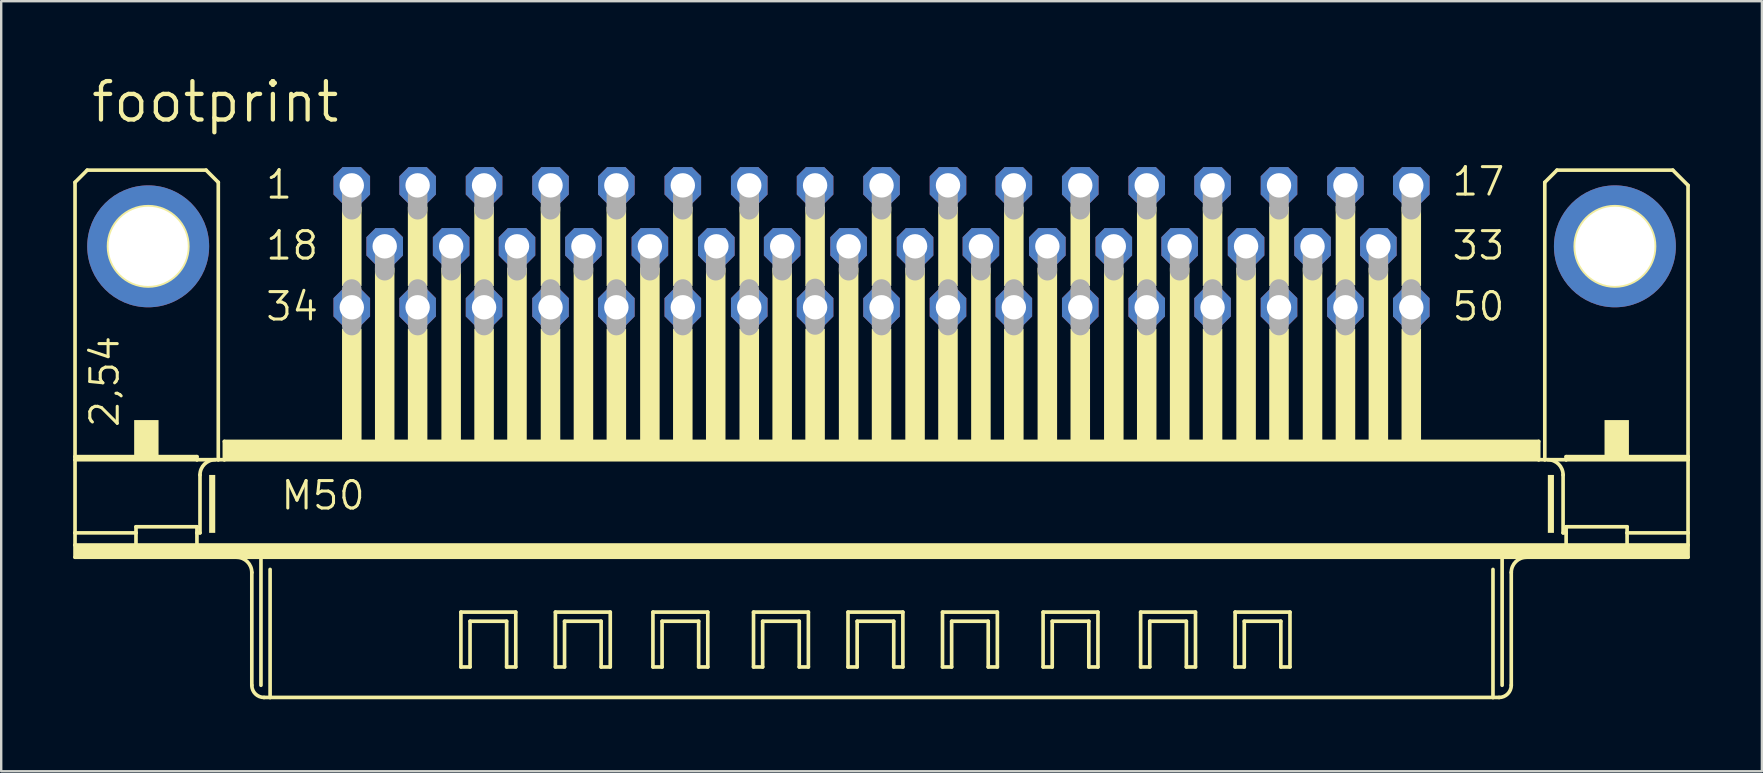
<source format=kicad_pcb>
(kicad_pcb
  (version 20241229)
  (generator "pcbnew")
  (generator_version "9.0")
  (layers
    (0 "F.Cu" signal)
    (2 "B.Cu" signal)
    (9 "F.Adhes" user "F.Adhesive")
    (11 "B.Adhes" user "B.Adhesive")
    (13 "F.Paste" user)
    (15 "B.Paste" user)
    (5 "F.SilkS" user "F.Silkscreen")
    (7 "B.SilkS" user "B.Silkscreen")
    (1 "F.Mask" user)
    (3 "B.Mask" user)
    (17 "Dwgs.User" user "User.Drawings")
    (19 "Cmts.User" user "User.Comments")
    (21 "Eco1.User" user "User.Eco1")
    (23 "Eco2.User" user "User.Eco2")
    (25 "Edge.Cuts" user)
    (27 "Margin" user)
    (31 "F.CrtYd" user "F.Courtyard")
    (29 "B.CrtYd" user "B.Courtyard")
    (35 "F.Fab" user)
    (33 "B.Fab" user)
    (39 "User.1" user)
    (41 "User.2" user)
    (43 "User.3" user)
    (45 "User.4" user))
  (footprint "footprint"
    (layer "F.Cu")
    (at 33.68 7.214)
    (property "Reference" "footprint" (at -33.02 -5.08 0) (layer "F.SilkS") (effects (font (size 1.6 1.6) (thickness 0.178)) (justify left bottom)))
    (fp_line (start -33.604 -2.667) (end -33.604 8.763) (stroke (width 0.152) (type solid)) (layer "F.SilkS"))
    (fp_line (start -33.604 8.89) (end -33.604 8.763) (stroke (width 0.152) (type solid)) (layer "F.SilkS"))
    (fp_line (start -33.604 11.938) (end -33.604 8.89) (stroke (width 0.152) (type solid)) (layer "F.SilkS"))
    (fp_line (start -33.604 12.446) (end -33.604 11.938) (stroke (width 0.152) (type solid)) (layer "F.SilkS"))
    (fp_line (start -33.604 12.954) (end -33.604 12.446) (stroke (width 0.152) (type solid)) (layer "F.SilkS"))
    (fp_line (start -33.096 -3.175) (end -33.604 -2.667) (stroke (width 0.152) (type solid)) (layer "F.SilkS"))
    (fp_line (start -31.064 11.938) (end -33.604 11.938) (stroke (width 0.152) (type solid)) (layer "F.SilkS"))
    (fp_line (start -31.064 11.938) (end -31.064 11.684) (stroke (width 0.152) (type solid)) (layer "F.SilkS"))
    (fp_line (start -31.064 11.938) (end -31.064 12.446) (stroke (width 0.152) (type solid)) (layer "F.SilkS"))
    (fp_line (start -31.064 12.446) (end -33.604 12.446) (stroke (width 0.152) (type solid)) (layer "F.SilkS"))
    (fp_line (start -28.524 8.763) (end -33.604 8.763) (stroke (width 0.152) (type solid)) (layer "F.SilkS"))
    (fp_line (start -28.524 8.763) (end -28.524 8.89) (stroke (width 0.152) (type solid)) (layer "F.SilkS"))
    (fp_line (start -28.524 8.89) (end -33.604 8.89) (stroke (width 0.152) (type solid)) (layer "F.SilkS"))
    (fp_line (start -28.524 11.684) (end -31.064 11.684) (stroke (width 0.152) (type solid)) (layer "F.SilkS"))
    (fp_line (start -28.524 11.684) (end -28.524 11.938) (stroke (width 0.152) (type solid)) (layer "F.SilkS"))
    (fp_line (start -28.524 11.938) (end -28.524 12.446) (stroke (width 0.152) (type solid)) (layer "F.SilkS"))
    (fp_line (start -28.524 12.446) (end -31.064 12.446) (stroke (width 0.152) (type solid)) (layer "F.SilkS"))
    (fp_line (start -28.397 9.525) (end -28.397 11.938) (stroke (width 0.152) (type solid)) (layer "F.SilkS"))
    (fp_line (start -28.397 11.938) (end -28.524 11.938) (stroke (width 0.152) (type solid)) (layer "F.SilkS"))
    (fp_line (start -28.143 -3.175) (end -33.096 -3.175) (stroke (width 0.152) (type solid)) (layer "F.SilkS"))
    (fp_line (start -27.635 -2.667) (end -28.143 -3.175) (stroke (width 0.152) (type solid)) (layer "F.SilkS"))
    (fp_line (start -27.635 -2.667) (end -27.635 8.89) (stroke (width 0.152) (type solid)) (layer "F.SilkS"))
    (fp_line (start -27.635 8.89) (end -28.524 8.89) (stroke (width 0.152) (type solid)) (layer "F.SilkS"))
    (fp_line (start -27.381 8.89) (end -27.635 8.89) (stroke (width 0.152) (type solid)) (layer "F.SilkS"))
    (fp_line (start -27.381 8.89) (end -27.381 8.128) (stroke (width 0.152) (type solid)) (layer "F.SilkS"))
    (fp_line (start -26.238 13.589) (end -26.238 18.288) (stroke (width 0.152) (type solid)) (layer "F.SilkS"))
    (fp_line (start -25.857 12.954) (end -33.604 12.954) (stroke (width 0.152) (type solid)) (layer "F.SilkS"))
    (fp_line (start -25.857 12.954) (end -25.857 18.288) (stroke (width 0.152) (type solid)) (layer "F.SilkS"))
    (fp_line (start -25.476 13.462) (end -25.476 18.796) (stroke (width 0.152) (type solid)) (layer "F.SilkS"))
    (fp_line (start -25.476 18.796) (end -25.73 18.796) (stroke (width 0.152) (type solid)) (layer "F.SilkS"))
    (fp_line (start -17.526 15.24) (end -15.24 15.24) (stroke (width 0.152) (type solid)) (layer "F.SilkS"))
    (fp_line (start -17.526 17.526) (end -17.526 15.24) (stroke (width 0.152) (type solid)) (layer "F.SilkS"))
    (fp_line (start -17.145 15.621) (end -17.145 17.526) (stroke (width 0.152) (type solid)) (layer "F.SilkS"))
    (fp_line (start -17.145 17.526) (end -17.526 17.526) (stroke (width 0.152) (type solid)) (layer "F.SilkS"))
    (fp_line (start -15.621 15.621) (end -17.145 15.621) (stroke (width 0.152) (type solid)) (layer "F.SilkS"))
    (fp_line (start -15.621 17.526) (end -15.621 15.621) (stroke (width 0.152) (type solid)) (layer "F.SilkS"))
    (fp_line (start -15.24 15.24) (end -15.24 17.526) (stroke (width 0.152) (type solid)) (layer "F.SilkS"))
    (fp_line (start -15.24 17.526) (end -15.621 17.526) (stroke (width 0.152) (type solid)) (layer "F.SilkS"))
    (fp_line (start -13.589 15.24) (end -11.303 15.24) (stroke (width 0.152) (type solid)) (layer "F.SilkS"))
    (fp_line (start -13.589 17.526) (end -13.589 15.24) (stroke (width 0.152) (type solid)) (layer "F.SilkS"))
    (fp_line (start -13.208 15.621) (end -13.208 17.526) (stroke (width 0.152) (type solid)) (layer "F.SilkS"))
    (fp_line (start -13.208 17.526) (end -13.589 17.526) (stroke (width 0.152) (type solid)) (layer "F.SilkS"))
    (fp_line (start -11.684 15.621) (end -13.208 15.621) (stroke (width 0.152) (type solid)) (layer "F.SilkS"))
    (fp_line (start -11.684 17.526) (end -11.684 15.621) (stroke (width 0.152) (type solid)) (layer "F.SilkS"))
    (fp_line (start -11.303 15.24) (end -11.303 17.526) (stroke (width 0.152) (type solid)) (layer "F.SilkS"))
    (fp_line (start -11.303 17.526) (end -11.684 17.526) (stroke (width 0.152) (type solid)) (layer "F.SilkS"))
    (fp_line (start -9.525 15.24) (end -7.239 15.24) (stroke (width 0.152) (type solid)) (layer "F.SilkS"))
    (fp_line (start -9.525 17.526) (end -9.525 15.24) (stroke (width 0.152) (type solid)) (layer "F.SilkS"))
    (fp_line (start -9.144 15.621) (end -9.144 17.526) (stroke (width 0.152) (type solid)) (layer "F.SilkS"))
    (fp_line (start -9.144 17.526) (end -9.525 17.526) (stroke (width 0.152) (type solid)) (layer "F.SilkS"))
    (fp_line (start -7.62 15.621) (end -9.144 15.621) (stroke (width 0.152) (type solid)) (layer "F.SilkS"))
    (fp_line (start -7.62 17.526) (end -7.62 15.621) (stroke (width 0.152) (type solid)) (layer "F.SilkS"))
    (fp_line (start -7.239 15.24) (end -7.239 17.526) (stroke (width 0.152) (type solid)) (layer "F.SilkS"))
    (fp_line (start -7.239 17.526) (end -7.62 17.526) (stroke (width 0.152) (type solid)) (layer "F.SilkS"))
    (fp_line (start -5.334 15.24) (end -3.048 15.24) (stroke (width 0.152) (type solid)) (layer "F.SilkS"))
    (fp_line (start -5.334 17.526) (end -5.334 15.24) (stroke (width 0.152) (type solid)) (layer "F.SilkS"))
    (fp_line (start -4.953 15.621) (end -4.953 17.526) (stroke (width 0.152) (type solid)) (layer "F.SilkS"))
    (fp_line (start -4.953 17.526) (end -5.334 17.526) (stroke (width 0.152) (type solid)) (layer "F.SilkS"))
    (fp_line (start -3.429 15.621) (end -4.953 15.621) (stroke (width 0.152) (type solid)) (layer "F.SilkS"))
    (fp_line (start -3.429 17.526) (end -3.429 15.621) (stroke (width 0.152) (type solid)) (layer "F.SilkS"))
    (fp_line (start -3.048 15.24) (end -3.048 17.526) (stroke (width 0.152) (type solid)) (layer "F.SilkS"))
    (fp_line (start -3.048 17.526) (end -3.429 17.526) (stroke (width 0.152) (type solid)) (layer "F.SilkS"))
    (fp_line (start -1.397 15.24) (end 0.889 15.24) (stroke (width 0.152) (type solid)) (layer "F.SilkS"))
    (fp_line (start -1.397 17.526) (end -1.397 15.24) (stroke (width 0.152) (type solid)) (layer "F.SilkS"))
    (fp_line (start -1.016 15.621) (end -1.016 17.526) (stroke (width 0.152) (type solid)) (layer "F.SilkS"))
    (fp_line (start -1.016 17.526) (end -1.397 17.526) (stroke (width 0.152) (type solid)) (layer "F.SilkS"))
    (fp_line (start 0.508 15.621) (end -1.016 15.621) (stroke (width 0.152) (type solid)) (layer "F.SilkS"))
    (fp_line (start 0.508 17.526) (end 0.508 15.621) (stroke (width 0.152) (type solid)) (layer "F.SilkS"))
    (fp_line (start 0.889 15.24) (end 0.889 17.526) (stroke (width 0.152) (type solid)) (layer "F.SilkS"))
    (fp_line (start 0.889 17.526) (end 0.508 17.526) (stroke (width 0.152) (type solid)) (layer "F.SilkS"))
    (fp_line (start 2.54 15.24) (end 4.826 15.24) (stroke (width 0.152) (type solid)) (layer "F.SilkS"))
    (fp_line (start 2.54 17.526) (end 2.54 15.24) (stroke (width 0.152) (type solid)) (layer "F.SilkS"))
    (fp_line (start 2.921 15.621) (end 2.921 17.526) (stroke (width 0.152) (type solid)) (layer "F.SilkS"))
    (fp_line (start 2.921 17.526) (end 2.54 17.526) (stroke (width 0.152) (type solid)) (layer "F.SilkS"))
    (fp_line (start 4.445 15.621) (end 2.921 15.621) (stroke (width 0.152) (type solid)) (layer "F.SilkS"))
    (fp_line (start 4.445 17.526) (end 4.445 15.621) (stroke (width 0.152) (type solid)) (layer "F.SilkS"))
    (fp_line (start 4.826 15.24) (end 4.826 17.526) (stroke (width 0.152) (type solid)) (layer "F.SilkS"))
    (fp_line (start 4.826 17.526) (end 4.445 17.526) (stroke (width 0.152) (type solid)) (layer "F.SilkS"))
    (fp_line (start 6.731 15.24) (end 9.017 15.24) (stroke (width 0.152) (type solid)) (layer "F.SilkS"))
    (fp_line (start 6.731 17.526) (end 6.731 15.24) (stroke (width 0.152) (type solid)) (layer "F.SilkS"))
    (fp_line (start 7.112 15.621) (end 7.112 17.526) (stroke (width 0.152) (type solid)) (layer "F.SilkS"))
    (fp_line (start 7.112 17.526) (end 6.731 17.526) (stroke (width 0.152) (type solid)) (layer "F.SilkS"))
    (fp_line (start 8.636 15.621) (end 7.112 15.621) (stroke (width 0.152) (type solid)) (layer "F.SilkS"))
    (fp_line (start 8.636 17.526) (end 8.636 15.621) (stroke (width 0.152) (type solid)) (layer "F.SilkS"))
    (fp_line (start 9.017 15.24) (end 9.017 17.526) (stroke (width 0.152) (type solid)) (layer "F.SilkS"))
    (fp_line (start 9.017 17.526) (end 8.636 17.526) (stroke (width 0.152) (type solid)) (layer "F.SilkS"))
    (fp_line (start 10.795 15.24) (end 13.081 15.24) (stroke (width 0.152) (type solid)) (layer "F.SilkS"))
    (fp_line (start 10.795 17.526) (end 10.795 15.24) (stroke (width 0.152) (type solid)) (layer "F.SilkS"))
    (fp_line (start 11.176 15.621) (end 11.176 17.526) (stroke (width 0.152) (type solid)) (layer "F.SilkS"))
    (fp_line (start 11.176 17.526) (end 10.795 17.526) (stroke (width 0.152) (type solid)) (layer "F.SilkS"))
    (fp_line (start 12.7 15.621) (end 11.176 15.621) (stroke (width 0.152) (type solid)) (layer "F.SilkS"))
    (fp_line (start 12.7 17.526) (end 12.7 15.621) (stroke (width 0.152) (type solid)) (layer "F.SilkS"))
    (fp_line (start 13.081 15.24) (end 13.081 17.526) (stroke (width 0.152) (type solid)) (layer "F.SilkS"))
    (fp_line (start 13.081 17.526) (end 12.7 17.526) (stroke (width 0.152) (type solid)) (layer "F.SilkS"))
    (fp_line (start 14.732 15.24) (end 17.018 15.24) (stroke (width 0.152) (type solid)) (layer "F.SilkS"))
    (fp_line (start 14.732 17.526) (end 14.732 15.24) (stroke (width 0.152) (type solid)) (layer "F.SilkS"))
    (fp_line (start 15.113 15.621) (end 15.113 17.526) (stroke (width 0.152) (type solid)) (layer "F.SilkS"))
    (fp_line (start 15.113 17.526) (end 14.732 17.526) (stroke (width 0.152) (type solid)) (layer "F.SilkS"))
    (fp_line (start 16.637 15.621) (end 15.113 15.621) (stroke (width 0.152) (type solid)) (layer "F.SilkS"))
    (fp_line (start 16.637 17.526) (end 16.637 15.621) (stroke (width 0.152) (type solid)) (layer "F.SilkS"))
    (fp_line (start 17.018 15.24) (end 17.018 17.526) (stroke (width 0.152) (type solid)) (layer "F.SilkS"))
    (fp_line (start 17.018 17.526) (end 16.637 17.526) (stroke (width 0.152) (type solid)) (layer "F.SilkS"))
    (fp_line (start 25.476 13.462) (end 25.476 18.796) (stroke (width 0.152) (type solid)) (layer "F.SilkS"))
    (fp_line (start 25.476 18.796) (end -25.476 18.796) (stroke (width 0.152) (type solid)) (layer "F.SilkS"))
    (fp_line (start 25.73 18.796) (end 25.476 18.796) (stroke (width 0.152) (type solid)) (layer "F.SilkS"))
    (fp_line (start 25.857 12.954) (end -25.857 12.954) (stroke (width 0.152) (type solid)) (layer "F.SilkS"))
    (fp_line (start 25.857 12.954) (end 25.857 18.288) (stroke (width 0.152) (type solid)) (layer "F.SilkS"))
    (fp_line (start 26.238 13.589) (end 26.238 18.288) (stroke (width 0.152) (type solid)) (layer "F.SilkS"))
    (fp_line (start 27.381 8.128) (end -27.381 8.128) (stroke (width 0.152) (type solid)) (layer "F.SilkS"))
    (fp_line (start 27.381 8.89) (end -27.381 8.89) (stroke (width 0.152) (type solid)) (layer "F.SilkS"))
    (fp_line (start 27.381 8.89) (end 27.381 8.128) (stroke (width 0.152) (type solid)) (layer "F.SilkS"))
    (fp_line (start 27.635 -2.667) (end 27.635 8.89) (stroke (width 0.152) (type solid)) (layer "F.SilkS"))
    (fp_line (start 27.635 8.89) (end 27.381 8.89) (stroke (width 0.152) (type solid)) (layer "F.SilkS"))
    (fp_line (start 28.143 -3.175) (end 27.635 -2.667) (stroke (width 0.152) (type solid)) (layer "F.SilkS"))
    (fp_line (start 28.143 -3.175) (end 32.969 -3.175) (stroke (width 0.152) (type solid)) (layer "F.SilkS"))
    (fp_line (start 28.397 9.525) (end 28.397 11.938) (stroke (width 0.152) (type solid)) (layer "F.SilkS"))
    (fp_line (start 28.524 8.763) (end 28.524 8.89) (stroke (width 0.152) (type solid)) (layer "F.SilkS"))
    (fp_line (start 28.524 8.89) (end 27.635 8.89) (stroke (width 0.152) (type solid)) (layer "F.SilkS"))
    (fp_line (start 28.524 11.684) (end 28.524 11.938) (stroke (width 0.152) (type solid)) (layer "F.SilkS"))
    (fp_line (start 28.524 11.938) (end 28.397 11.938) (stroke (width 0.152) (type solid)) (layer "F.SilkS"))
    (fp_line (start 28.524 11.938) (end 28.524 12.446) (stroke (width 0.152) (type solid)) (layer "F.SilkS"))
    (fp_line (start 28.524 12.446) (end -28.524 12.446) (stroke (width 0.152) (type solid)) (layer "F.SilkS"))
    (fp_line (start 31.064 11.684) (end 28.524 11.684) (stroke (width 0.152) (type solid)) (layer "F.SilkS"))
    (fp_line (start 31.064 11.938) (end 31.064 11.684) (stroke (width 0.152) (type solid)) (layer "F.SilkS"))
    (fp_line (start 31.064 11.938) (end 31.064 12.446) (stroke (width 0.152) (type solid)) (layer "F.SilkS"))
    (fp_line (start 31.064 12.446) (end 28.524 12.446) (stroke (width 0.152) (type solid)) (layer "F.SilkS"))
    (fp_line (start 32.969 -3.175) (end 33.604 -2.54) (stroke (width 0.152) (type solid)) (layer "F.SilkS"))
    (fp_line (start 33.604 -2.54) (end 33.604 8.763) (stroke (width 0.152) (type solid)) (layer "F.SilkS"))
    (fp_line (start 33.604 8.763) (end 28.524 8.763) (stroke (width 0.152) (type solid)) (layer "F.SilkS"))
    (fp_line (start 33.604 8.89) (end 28.524 8.89) (stroke (width 0.152) (type solid)) (layer "F.SilkS"))
    (fp_line (start 33.604 8.89) (end 33.604 8.763) (stroke (width 0.152) (type solid)) (layer "F.SilkS"))
    (fp_line (start 33.604 8.89) (end 33.604 11.938) (stroke (width 0.152) (type solid)) (layer "F.SilkS"))
    (fp_line (start 33.604 11.938) (end 31.064 11.938) (stroke (width 0.152) (type solid)) (layer "F.SilkS"))
    (fp_line (start 33.604 11.938) (end 33.604 12.446) (stroke (width 0.152) (type solid)) (layer "F.SilkS"))
    (fp_line (start 33.604 12.446) (end 31.064 12.446) (stroke (width 0.152) (type solid)) (layer "F.SilkS"))
    (fp_line (start 33.604 12.446) (end 33.604 12.954) (stroke (width 0.152) (type solid)) (layer "F.SilkS"))
    (fp_line (start 33.604 12.954) (end 25.857 12.954) (stroke (width 0.152) (type solid)) (layer "F.SilkS"))
    (fp_arc (start -28.3972 9.525) (mid -28.211213 9.075987) (end -27.7622 8.89) (stroke (width 0.1524) (type solid)) (layer "F.SilkS"))
    (fp_arc (start -26.8732 12.954) (mid -26.424187 13.139987) (end -26.2382 13.589) (stroke (width 0.1524) (type solid)) (layer "F.SilkS"))
    (fp_arc (start -25.7302 18.796) (mid -26.08941 18.64721) (end -26.2382 18.288) (stroke (width 0.1524) (type solid)) (layer "F.SilkS"))
    (fp_arc (start 26.2382 13.589) (mid 26.424187 13.139987) (end 26.8732 12.954) (stroke (width 0.1524) (type solid)) (layer "F.SilkS"))
    (fp_arc (start 26.2382 18.288) (mid 26.08941 18.64721) (end 25.7302 18.796) (stroke (width 0.1524) (type solid)) (layer "F.SilkS"))
    (fp_arc (start 27.7622 8.89) (mid 28.211213 9.075987) (end 28.3972 9.525) (stroke (width 0.1524) (type solid)) (layer "F.SilkS"))
    (fp_circle (center -30.556 0) (end -28.905 0) (stroke (width 0.152) (type solid)) (fill no) (layer "F.SilkS"))
    (fp_circle (center 30.556 0) (end 32.207 0) (stroke (width 0.152) (type solid)) (fill no) (layer "F.SilkS"))
    (fp_poly (pts (xy -33.604 12.954) (xy 33.579 12.954) (xy 33.579 12.446) (xy -33.604 12.446)) (stroke (width 0) (type solid)) (fill yes) (layer "F.SilkS"))
    (fp_poly (pts (xy -31.14 8.89) (xy -30.124 8.89) (xy -30.124 7.239) (xy -31.14 7.239)) (stroke (width 0) (type solid)) (fill yes) (layer "F.SilkS"))
    (fp_poly (pts (xy -28.016 11.938) (xy -27.762 11.938) (xy -27.762 9.525) (xy -28.016 9.525)) (stroke (width 0) (type solid)) (fill yes) (layer "F.SilkS"))
    (fp_poly (pts (xy -27.381 8.89) (xy 27.356 8.89) (xy 27.356 8.128) (xy -27.381 8.128)) (stroke (width 0) (type solid)) (fill yes) (layer "F.SilkS"))
    (fp_poly (pts (xy -22.479 1.651) (xy -21.666 1.651) (xy -21.666 -1.651) (xy -22.479 -1.651)) (stroke (width 0) (type solid)) (fill yes) (layer "F.SilkS"))
    (fp_poly (pts (xy -22.479 8.128) (xy -21.666 8.128) (xy -21.666 3.429) (xy -22.479 3.429)) (stroke (width 0) (type solid)) (fill yes) (layer "F.SilkS"))
    (fp_poly (pts (xy -21.107 8.128) (xy -20.295 8.128) (xy -20.295 0.889) (xy -21.107 0.889)) (stroke (width 0) (type solid)) (fill yes) (layer "F.SilkS"))
    (fp_poly (pts (xy -19.736 1.651) (xy -18.923 1.651) (xy -18.923 -1.651) (xy -19.736 -1.651)) (stroke (width 0) (type solid)) (fill yes) (layer "F.SilkS"))
    (fp_poly (pts (xy -19.736 8.128) (xy -18.923 8.128) (xy -18.923 3.429) (xy -19.736 3.429)) (stroke (width 0) (type solid)) (fill yes) (layer "F.SilkS"))
    (fp_poly (pts (xy -18.339 8.128) (xy -17.526 8.128) (xy -17.526 0.889) (xy -18.339 0.889)) (stroke (width 0) (type solid)) (fill yes) (layer "F.SilkS"))
    (fp_poly (pts (xy -16.967 1.651) (xy -16.154 1.651) (xy -16.154 -1.651) (xy -16.967 -1.651)) (stroke (width 0) (type solid)) (fill yes) (layer "F.SilkS"))
    (fp_poly (pts (xy -16.967 8.128) (xy -16.154 8.128) (xy -16.154 3.429) (xy -16.967 3.429)) (stroke (width 0) (type solid)) (fill yes) (layer "F.SilkS"))
    (fp_poly (pts (xy -15.596 8.128) (xy -14.783 8.128) (xy -14.783 0.889) (xy -15.596 0.889)) (stroke (width 0) (type solid)) (fill yes) (layer "F.SilkS"))
    (fp_poly (pts (xy -14.199 1.651) (xy -13.386 1.651) (xy -13.386 -1.651) (xy -14.199 -1.651)) (stroke (width 0) (type solid)) (fill yes) (layer "F.SilkS"))
    (fp_poly (pts (xy -14.199 8.128) (xy -13.386 8.128) (xy -13.386 3.429) (xy -14.199 3.429)) (stroke (width 0) (type solid)) (fill yes) (layer "F.SilkS"))
    (fp_poly (pts (xy -12.827 8.128) (xy -12.014 8.128) (xy -12.014 0.889) (xy -12.827 0.889)) (stroke (width 0) (type solid)) (fill yes) (layer "F.SilkS"))
    (fp_poly (pts (xy -11.455 1.651) (xy -10.643 1.651) (xy -10.643 -1.651) (xy -11.455 -1.651)) (stroke (width 0) (type solid)) (fill yes) (layer "F.SilkS"))
    (fp_poly (pts (xy -11.455 8.128) (xy -10.643 8.128) (xy -10.643 3.429) (xy -11.455 3.429)) (stroke (width 0) (type solid)) (fill yes) (layer "F.SilkS"))
    (fp_poly (pts (xy -10.058 8.128) (xy -9.246 8.128) (xy -9.246 0.889) (xy -10.058 0.889)) (stroke (width 0) (type solid)) (fill yes) (layer "F.SilkS"))
    (fp_poly (pts (xy -8.687 1.651) (xy -7.874 1.651) (xy -7.874 -1.651) (xy -8.687 -1.651)) (stroke (width 0) (type solid)) (fill yes) (layer "F.SilkS"))
    (fp_poly (pts (xy -8.687 8.128) (xy -7.874 8.128) (xy -7.874 3.429) (xy -8.687 3.429)) (stroke (width 0) (type solid)) (fill yes) (layer "F.SilkS"))
    (fp_poly (pts (xy -7.315 8.128) (xy -6.502 8.128) (xy -6.502 0.889) (xy -7.315 0.889)) (stroke (width 0) (type solid)) (fill yes) (layer "F.SilkS"))
    (fp_poly (pts (xy -5.918 1.651) (xy -5.105 1.651) (xy -5.105 -1.651) (xy -5.918 -1.651)) (stroke (width 0) (type solid)) (fill yes) (layer "F.SilkS"))
    (fp_poly (pts (xy -5.918 8.128) (xy -5.105 8.128) (xy -5.105 3.429) (xy -5.918 3.429)) (stroke (width 0) (type solid)) (fill yes) (layer "F.SilkS"))
    (fp_poly (pts (xy -4.547 8.128) (xy -3.734 8.128) (xy -3.734 0.889) (xy -4.547 0.889)) (stroke (width 0) (type solid)) (fill yes) (layer "F.SilkS"))
    (fp_poly (pts (xy -3.175 1.651) (xy -2.362 1.651) (xy -2.362 -1.651) (xy -3.175 -1.651)) (stroke (width 0) (type solid)) (fill yes) (layer "F.SilkS"))
    (fp_poly (pts (xy -3.175 8.128) (xy -2.362 8.128) (xy -2.362 3.429) (xy -3.175 3.429)) (stroke (width 0) (type solid)) (fill yes) (layer "F.SilkS"))
    (fp_poly (pts (xy -1.778 8.128) (xy -0.965 8.128) (xy -0.965 0.889) (xy -1.778 0.889)) (stroke (width 0) (type solid)) (fill yes) (layer "F.SilkS"))
    (fp_poly (pts (xy -0.406 1.651) (xy 0.406 1.651) (xy 0.406 -1.651) (xy -0.406 -1.651)) (stroke (width 0) (type solid)) (fill yes) (layer "F.SilkS"))
    (fp_poly (pts (xy -0.406 8.128) (xy 0.406 8.128) (xy 0.406 3.429) (xy -0.406 3.429)) (stroke (width 0) (type solid)) (fill yes) (layer "F.SilkS"))
    (fp_poly (pts (xy 0.991 8.128) (xy 1.803 8.128) (xy 1.803 0.889) (xy 0.991 0.889)) (stroke (width 0) (type solid)) (fill yes) (layer "F.SilkS"))
    (fp_poly (pts (xy 2.362 1.651) (xy 3.175 1.651) (xy 3.175 -1.651) (xy 2.362 -1.651)) (stroke (width 0) (type solid)) (fill yes) (layer "F.SilkS"))
    (fp_poly (pts (xy 2.362 8.128) (xy 3.175 8.128) (xy 3.175 3.429) (xy 2.362 3.429)) (stroke (width 0) (type solid)) (fill yes) (layer "F.SilkS"))
    (fp_poly (pts (xy 3.734 8.128) (xy 4.547 8.128) (xy 4.547 0.889) (xy 3.734 0.889)) (stroke (width 0) (type solid)) (fill yes) (layer "F.SilkS"))
    (fp_poly (pts (xy 5.105 1.651) (xy 5.918 1.651) (xy 5.918 -1.651) (xy 5.105 -1.651)) (stroke (width 0) (type solid)) (fill yes) (layer "F.SilkS"))
    (fp_poly (pts (xy 5.105 8.128) (xy 5.918 8.128) (xy 5.918 3.429) (xy 5.105 3.429)) (stroke (width 0) (type solid)) (fill yes) (layer "F.SilkS"))
    (fp_poly (pts (xy 6.502 8.128) (xy 7.315 8.128) (xy 7.315 0.889) (xy 6.502 0.889)) (stroke (width 0) (type solid)) (fill yes) (layer "F.SilkS"))
    (fp_poly (pts (xy 7.874 1.651) (xy 8.687 1.651) (xy 8.687 -1.651) (xy 7.874 -1.651)) (stroke (width 0) (type solid)) (fill yes) (layer "F.SilkS"))
    (fp_poly (pts (xy 7.874 8.128) (xy 8.687 8.128) (xy 8.687 3.429) (xy 7.874 3.429)) (stroke (width 0) (type solid)) (fill yes) (layer "F.SilkS"))
    (fp_poly (pts (xy 9.271 8.128) (xy 10.084 8.128) (xy 10.084 0.889) (xy 9.271 0.889)) (stroke (width 0) (type solid)) (fill yes) (layer "F.SilkS"))
    (fp_poly (pts (xy 10.643 1.651) (xy 11.455 1.651) (xy 11.455 -1.651) (xy 10.643 -1.651)) (stroke (width 0) (type solid)) (fill yes) (layer "F.SilkS"))
    (fp_poly (pts (xy 10.643 8.128) (xy 11.455 8.128) (xy 11.455 3.429) (xy 10.643 3.429)) (stroke (width 0) (type solid)) (fill yes) (layer "F.SilkS"))
    (fp_poly (pts (xy 12.014 8.128) (xy 12.827 8.128) (xy 12.827 0.889) (xy 12.014 0.889)) (stroke (width 0) (type solid)) (fill yes) (layer "F.SilkS"))
    (fp_poly (pts (xy 13.386 1.651) (xy 14.199 1.651) (xy 14.199 -1.651) (xy 13.386 -1.651)) (stroke (width 0) (type solid)) (fill yes) (layer "F.SilkS"))
    (fp_poly (pts (xy 13.386 8.128) (xy 14.199 8.128) (xy 14.199 3.429) (xy 13.386 3.429)) (stroke (width 0) (type solid)) (fill yes) (layer "F.SilkS"))
    (fp_poly (pts (xy 14.783 8.128) (xy 15.596 8.128) (xy 15.596 0.889) (xy 14.783 0.889)) (stroke (width 0) (type solid)) (fill yes) (layer "F.SilkS"))
    (fp_poly (pts (xy 16.154 1.651) (xy 16.967 1.651) (xy 16.967 -1.651) (xy 16.154 -1.651)) (stroke (width 0) (type solid)) (fill yes) (layer "F.SilkS"))
    (fp_poly (pts (xy 16.154 8.128) (xy 16.967 8.128) (xy 16.967 3.429) (xy 16.154 3.429)) (stroke (width 0) (type solid)) (fill yes) (layer "F.SilkS"))
    (fp_poly (pts (xy 17.551 8.128) (xy 18.364 8.128) (xy 18.364 0.889) (xy 17.551 0.889)) (stroke (width 0) (type solid)) (fill yes) (layer "F.SilkS"))
    (fp_poly (pts (xy 18.923 1.626) (xy 19.736 1.626) (xy 19.736 -1.676) (xy 18.923 -1.676)) (stroke (width 0) (type solid)) (fill yes) (layer "F.SilkS"))
    (fp_poly (pts (xy 18.923 8.128) (xy 19.736 8.128) (xy 19.736 3.429) (xy 18.923 3.429)) (stroke (width 0) (type solid)) (fill yes) (layer "F.SilkS"))
    (fp_poly (pts (xy 20.295 8.128) (xy 21.107 8.128) (xy 21.107 0.889) (xy 20.295 0.889)) (stroke (width 0) (type solid)) (fill yes) (layer "F.SilkS"))
    (fp_poly (pts (xy 21.666 1.651) (xy 22.479 1.651) (xy 22.479 -1.651) (xy 21.666 -1.651)) (stroke (width 0) (type solid)) (fill yes) (layer "F.SilkS"))
    (fp_poly (pts (xy 21.666 8.128) (xy 22.479 8.128) (xy 22.479 3.429) (xy 21.666 3.429)) (stroke (width 0) (type solid)) (fill yes) (layer "F.SilkS"))
    (fp_poly (pts (xy 27.762 11.938) (xy 28.016 11.938) (xy 28.016 9.525) (xy 27.762 9.525)) (stroke (width 0) (type solid)) (fill yes) (layer "F.SilkS"))
    (fp_poly (pts (xy 30.124 8.89) (xy 31.14 8.89) (xy 31.14 7.239) (xy 30.124 7.239)) (stroke (width 0) (type solid)) (fill yes) (layer "F.SilkS"))
    (fp_line (start -22.073 -2.54) (end -22.073 -1.524) (stroke (width 0.813) (type solid)) (layer "F.Fab"))
    (fp_line (start -22.073 1.778) (end -22.073 3.302) (stroke (width 0.813) (type solid)) (layer "F.Fab"))
    (fp_line (start -20.701 0) (end -20.701 1.016) (stroke (width 0.813) (type solid)) (layer "F.Fab"))
    (fp_line (start -19.329 -2.54) (end -19.329 -1.524) (stroke (width 0.813) (type solid)) (layer "F.Fab"))
    (fp_line (start -19.329 1.778) (end -19.329 3.302) (stroke (width 0.813) (type solid)) (layer "F.Fab"))
    (fp_line (start -17.932 0) (end -17.932 1.016) (stroke (width 0.813) (type solid)) (layer "F.Fab"))
    (fp_line (start -16.561 -2.54) (end -16.561 -1.524) (stroke (width 0.813) (type solid)) (layer "F.Fab"))
    (fp_line (start -16.561 1.778) (end -16.561 3.302) (stroke (width 0.813) (type solid)) (layer "F.Fab"))
    (fp_line (start -15.189 0) (end -15.189 1.016) (stroke (width 0.813) (type solid)) (layer "F.Fab"))
    (fp_line (start -13.792 -2.54) (end -13.792 -1.524) (stroke (width 0.813) (type solid)) (layer "F.Fab"))
    (fp_line (start -13.792 1.778) (end -13.792 3.302) (stroke (width 0.813) (type solid)) (layer "F.Fab"))
    (fp_line (start -12.421 0) (end -12.421 1.016) (stroke (width 0.813) (type solid)) (layer "F.Fab"))
    (fp_line (start -11.049 -2.54) (end -11.049 -1.524) (stroke (width 0.813) (type solid)) (layer "F.Fab"))
    (fp_line (start -11.049 1.778) (end -11.049 3.302) (stroke (width 0.813) (type solid)) (layer "F.Fab"))
    (fp_line (start -9.652 0) (end -9.652 1.016) (stroke (width 0.813) (type solid)) (layer "F.Fab"))
    (fp_line (start -8.28 -2.54) (end -8.28 -1.524) (stroke (width 0.813) (type solid)) (layer "F.Fab"))
    (fp_line (start -8.28 1.778) (end -8.28 3.302) (stroke (width 0.813) (type solid)) (layer "F.Fab"))
    (fp_line (start -6.909 0) (end -6.909 1.016) (stroke (width 0.813) (type solid)) (layer "F.Fab"))
    (fp_line (start -5.512 -2.54) (end -5.512 -1.524) (stroke (width 0.813) (type solid)) (layer "F.Fab"))
    (fp_line (start -5.512 1.778) (end -5.512 3.302) (stroke (width 0.813) (type solid)) (layer "F.Fab"))
    (fp_line (start -4.14 0) (end -4.14 1.016) (stroke (width 0.813) (type solid)) (layer "F.Fab"))
    (fp_line (start -2.769 -2.54) (end -2.769 -1.524) (stroke (width 0.813) (type solid)) (layer "F.Fab"))
    (fp_line (start -2.769 1.753) (end -2.769 3.277) (stroke (width 0.813) (type solid)) (layer "F.Fab"))
    (fp_line (start -1.372 0) (end -1.372 1.016) (stroke (width 0.813) (type solid)) (layer "F.Fab"))
    (fp_line (start 0 -2.54) (end 0 -1.524) (stroke (width 0.813) (type solid)) (layer "F.Fab"))
    (fp_line (start 0 1.778) (end 0 3.302) (stroke (width 0.813) (type solid)) (layer "F.Fab"))
    (fp_line (start 1.397 0) (end 1.397 1.016) (stroke (width 0.813) (type solid)) (layer "F.Fab"))
    (fp_line (start 2.769 -2.54) (end 2.769 -1.524) (stroke (width 0.813) (type solid)) (layer "F.Fab"))
    (fp_line (start 2.769 1.778) (end 2.769 3.302) (stroke (width 0.813) (type solid)) (layer "F.Fab"))
    (fp_line (start 4.14 0) (end 4.14 1.016) (stroke (width 0.813) (type solid)) (layer "F.Fab"))
    (fp_line (start 5.512 -2.54) (end 5.512 -1.524) (stroke (width 0.813) (type solid)) (layer "F.Fab"))
    (fp_line (start 5.512 1.778) (end 5.512 3.302) (stroke (width 0.813) (type solid)) (layer "F.Fab"))
    (fp_line (start 6.909 0) (end 6.909 1.016) (stroke (width 0.813) (type solid)) (layer "F.Fab"))
    (fp_line (start 8.28 -2.54) (end 8.28 -1.524) (stroke (width 0.813) (type solid)) (layer "F.Fab"))
    (fp_line (start 8.28 1.778) (end 8.28 3.302) (stroke (width 0.813) (type solid)) (layer "F.Fab"))
    (fp_line (start 9.677 0) (end 9.677 1.016) (stroke (width 0.813) (type solid)) (layer "F.Fab"))
    (fp_line (start 11.049 -2.54) (end 11.049 -1.524) (stroke (width 0.813) (type solid)) (layer "F.Fab"))
    (fp_line (start 11.049 1.778) (end 11.049 3.302) (stroke (width 0.813) (type solid)) (layer "F.Fab"))
    (fp_line (start 12.421 0) (end 12.421 1.016) (stroke (width 0.813) (type solid)) (layer "F.Fab"))
    (fp_line (start 13.792 -2.54) (end 13.792 -1.524) (stroke (width 0.813) (type solid)) (layer "F.Fab"))
    (fp_line (start 13.792 1.778) (end 13.792 3.302) (stroke (width 0.813) (type solid)) (layer "F.Fab"))
    (fp_line (start 15.189 0) (end 15.189 1.016) (stroke (width 0.813) (type solid)) (layer "F.Fab"))
    (fp_line (start 16.561 -2.54) (end 16.561 -1.524) (stroke (width 0.813) (type solid)) (layer "F.Fab"))
    (fp_line (start 16.561 1.778) (end 16.561 3.302) (stroke (width 0.813) (type solid)) (layer "F.Fab"))
    (fp_line (start 17.958 0) (end 17.958 1.016) (stroke (width 0.813) (type solid)) (layer "F.Fab"))
    (fp_line (start 19.329 -2.54) (end 19.329 -1.524) (stroke (width 0.813) (type solid)) (layer "F.Fab"))
    (fp_line (start 19.329 1.778) (end 19.329 3.302) (stroke (width 0.813) (type solid)) (layer "F.Fab"))
    (fp_line (start 20.701 0) (end 20.701 1.016) (stroke (width 0.813) (type solid)) (layer "F.Fab"))
    (fp_line (start 22.073 -2.54) (end 22.073 -1.524) (stroke (width 0.813) (type solid)) (layer "F.Fab"))
    (fp_line (start 22.073 1.778) (end 22.073 3.302) (stroke (width 0.813) (type solid)) (layer "F.Fab"))
    (fp_text user "1" (at -25.73 -1.905 0) (layer "F.SilkS") (effects (font (size 1.143 1.143) (thickness 0.127)) (justify left bottom)))
    (fp_text user "2,54" (at -31.699 7.62 90) (layer "F.SilkS") (effects (font (size 1.143 1.143) (thickness 0.127)) (justify left bottom)))
    (fp_text user "33" (at 23.698 0.635 0) (layer "F.SilkS") (effects (font (size 1.143 1.143) (thickness 0.127)) (justify left bottom)))
    (fp_text user "50" (at 23.698 3.175 0) (layer "F.SilkS") (effects (font (size 1.143 1.143) (thickness 0.127)) (justify left bottom)))
    (fp_text user "34" (at -25.73 3.175 0) (layer "F.SilkS") (effects (font (size 1.143 1.143) (thickness 0.127)) (justify left bottom)))
    (fp_text user "18" (at -25.73 0.635 0) (layer "F.SilkS") (effects (font (size 1.143 1.143) (thickness 0.127)) (justify left bottom)))
    (fp_text user "17" (at 23.698 -2.032 0) (layer "F.SilkS") (effects (font (size 1.143 1.143) (thickness 0.127)) (justify left bottom)))
    (fp_text user "M50" (at -25.095 11.049 0) (layer "F.SilkS") (effects (font (size 1.143 1.143) (thickness 0.127)) (justify left bottom)))
    (pad "1" thru_hole roundrect (at -22.073 -2.54) (size 1.524 1.524) (drill 1.016) (layers "*.Cu" "*.Mask") (roundrect_rratio 0.25) (chamfer_ratio 0.25) (chamfer top_left top_right bottom_left bottom_right))
    (pad "2" thru_hole roundrect (at -19.329 -2.54) (size 1.524 1.524) (drill 1.016) (layers "*.Cu" "*.Mask") (roundrect_rratio 0.25) (chamfer_ratio 0.25) (chamfer top_left top_right bottom_left bottom_right))
    (pad "3" thru_hole roundrect (at -16.561 -2.54) (size 1.524 1.524) (drill 1.016) (layers "*.Cu" "*.Mask") (roundrect_rratio 0.25) (chamfer_ratio 0.25) (chamfer top_left top_right bottom_left bottom_right))
    (pad "4" thru_hole roundrect (at -13.792 -2.54) (size 1.524 1.524) (drill 1.016) (layers "*.Cu" "*.Mask") (roundrect_rratio 0.25) (chamfer_ratio 0.25) (chamfer top_left top_right bottom_left bottom_right))
    (pad "5" thru_hole roundrect (at -11.049 -2.54) (size 1.524 1.524) (drill 1.016) (layers "*.Cu" "*.Mask") (roundrect_rratio 0.25) (chamfer_ratio 0.25) (chamfer top_left top_right bottom_left bottom_right))
    (pad "6" thru_hole roundrect (at -8.28 -2.54) (size 1.524 1.524) (drill 1.016) (layers "*.Cu" "*.Mask") (roundrect_rratio 0.25) (chamfer_ratio 0.25) (chamfer top_left top_right bottom_left bottom_right))
    (pad "7" thru_hole roundrect (at -5.512 -2.54) (size 1.524 1.524) (drill 1.016) (layers "*.Cu" "*.Mask") (roundrect_rratio 0.25) (chamfer_ratio 0.25) (chamfer top_left top_right bottom_left bottom_right))
    (pad "8" thru_hole roundrect (at -2.769 -2.54) (size 1.524 1.524) (drill 1.016) (layers "*.Cu" "*.Mask") (roundrect_rratio 0.25) (chamfer_ratio 0.25) (chamfer top_left top_right bottom_left bottom_right))
    (pad "9" thru_hole roundrect (at 0 -2.54) (size 1.524 1.524) (drill 1.016) (layers "*.Cu" "*.Mask") (roundrect_rratio 0.25) (chamfer_ratio 0.25) (chamfer top_left top_right bottom_left bottom_right))
    (pad "10" thru_hole roundrect (at 2.769 -2.54) (size 1.524 1.524) (drill 1.016) (layers "*.Cu" "*.Mask") (roundrect_rratio 0.25) (chamfer_ratio 0.25) (chamfer top_left top_right bottom_left bottom_right))
    (pad "11" thru_hole roundrect (at 5.512 -2.54) (size 1.524 1.524) (drill 1.016) (layers "*.Cu" "*.Mask") (roundrect_rratio 0.25) (chamfer_ratio 0.25) (chamfer top_left top_right bottom_left bottom_right))
    (pad "12" thru_hole roundrect (at 8.28 -2.54) (size 1.524 1.524) (drill 1.016) (layers "*.Cu" "*.Mask") (roundrect_rratio 0.25) (chamfer_ratio 0.25) (chamfer top_left top_right bottom_left bottom_right))
    (pad "13" thru_hole roundrect (at 11.049 -2.54) (size 1.524 1.524) (drill 1.016) (layers "*.Cu" "*.Mask") (roundrect_rratio 0.25) (chamfer_ratio 0.25) (chamfer top_left top_right bottom_left bottom_right))
    (pad "14" thru_hole roundrect (at 13.792 -2.54) (size 1.524 1.524) (drill 1.016) (layers "*.Cu" "*.Mask") (roundrect_rratio 0.25) (chamfer_ratio 0.25) (chamfer top_left top_right bottom_left bottom_right))
    (pad "15" thru_hole roundrect (at 16.561 -2.54) (size 1.524 1.524) (drill 1.016) (layers "*.Cu" "*.Mask") (roundrect_rratio 0.25) (chamfer_ratio 0.25) (chamfer top_left top_right bottom_left bottom_right))
    (pad "16" thru_hole roundrect (at 19.329 -2.54) (size 1.524 1.524) (drill 1.016) (layers "*.Cu" "*.Mask") (roundrect_rratio 0.25) (chamfer_ratio 0.25) (chamfer top_left top_right bottom_left bottom_right))
    (pad "17" thru_hole roundrect (at 22.073 -2.54) (size 1.524 1.524) (drill 1.016) (layers "*.Cu" "*.Mask") (roundrect_rratio 0.25) (chamfer_ratio 0.25) (chamfer top_left top_right bottom_left bottom_right))
    (pad "18" thru_hole roundrect (at -20.701 0) (size 1.524 1.524) (drill 1.016) (layers "*.Cu" "*.Mask") (roundrect_rratio 0.25) (chamfer_ratio 0.25) (chamfer top_left top_right bottom_left bottom_right))
    (pad "19" thru_hole roundrect (at -17.932 0) (size 1.524 1.524) (drill 1.016) (layers "*.Cu" "*.Mask") (roundrect_rratio 0.25) (chamfer_ratio 0.25) (chamfer top_left top_right bottom_left bottom_right))
    (pad "20" thru_hole roundrect (at -15.189 0) (size 1.524 1.524) (drill 1.016) (layers "*.Cu" "*.Mask") (roundrect_rratio 0.25) (chamfer_ratio 0.25) (chamfer top_left top_right bottom_left bottom_right))
    (pad "21" thru_hole roundrect (at -12.421 0) (size 1.524 1.524) (drill 1.016) (layers "*.Cu" "*.Mask") (roundrect_rratio 0.25) (chamfer_ratio 0.25) (chamfer top_left top_right bottom_left bottom_right))
    (pad "22" thru_hole roundrect (at -9.652 0) (size 1.524 1.524) (drill 1.016) (layers "*.Cu" "*.Mask") (roundrect_rratio 0.25) (chamfer_ratio 0.25) (chamfer top_left top_right bottom_left bottom_right))
    (pad "23" thru_hole roundrect (at -6.883 0) (size 1.524 1.524) (drill 1.016) (layers "*.Cu" "*.Mask") (roundrect_rratio 0.25) (chamfer_ratio 0.25) (chamfer top_left top_right bottom_left bottom_right))
    (pad "24" thru_hole roundrect (at -4.14 0) (size 1.524 1.524) (drill 1.016) (layers "*.Cu" "*.Mask") (roundrect_rratio 0.25) (chamfer_ratio 0.25) (chamfer top_left top_right bottom_left bottom_right))
    (pad "25" thru_hole roundrect (at -1.372 0) (size 1.524 1.524) (drill 1.016) (layers "*.Cu" "*.Mask") (roundrect_rratio 0.25) (chamfer_ratio 0.25) (chamfer top_left top_right bottom_left bottom_right))
    (pad "26" thru_hole roundrect (at 1.397 0) (size 1.524 1.524) (drill 1.016) (layers "*.Cu" "*.Mask") (roundrect_rratio 0.25) (chamfer_ratio 0.25) (chamfer top_left top_right bottom_left bottom_right))
    (pad "27" thru_hole roundrect (at 4.14 0) (size 1.524 1.524) (drill 1.016) (layers "*.Cu" "*.Mask") (roundrect_rratio 0.25) (chamfer_ratio 0.25) (chamfer top_left top_right bottom_left bottom_right))
    (pad "28" thru_hole roundrect (at 6.909 0) (size 1.524 1.524) (drill 1.016) (layers "*.Cu" "*.Mask") (roundrect_rratio 0.25) (chamfer_ratio 0.25) (chamfer top_left top_right bottom_left bottom_right))
    (pad "29" thru_hole roundrect (at 9.677 0) (size 1.524 1.524) (drill 1.016) (layers "*.Cu" "*.Mask") (roundrect_rratio 0.25) (chamfer_ratio 0.25) (chamfer top_left top_right bottom_left bottom_right))
    (pad "30" thru_hole roundrect (at 12.421 0) (size 1.524 1.524) (drill 1.016) (layers "*.Cu" "*.Mask") (roundrect_rratio 0.25) (chamfer_ratio 0.25) (chamfer top_left top_right bottom_left bottom_right))
    (pad "31" thru_hole roundrect (at 15.189 0) (size 1.524 1.524) (drill 1.016) (layers "*.Cu" "*.Mask") (roundrect_rratio 0.25) (chamfer_ratio 0.25) (chamfer top_left top_right bottom_left bottom_right))
    (pad "32" thru_hole roundrect (at 17.958 0) (size 1.524 1.524) (drill 1.016) (layers "*.Cu" "*.Mask") (roundrect_rratio 0.25) (chamfer_ratio 0.25) (chamfer top_left top_right bottom_left bottom_right))
    (pad "33" thru_hole roundrect (at 20.701 0) (size 1.524 1.524) (drill 1.016) (layers "*.Cu" "*.Mask") (roundrect_rratio 0.25) (chamfer_ratio 0.25) (chamfer top_left top_right bottom_left bottom_right))
    (pad "34" thru_hole roundrect (at -22.073 2.54) (size 1.524 1.524) (drill 1.016) (layers "*.Cu" "*.Mask") (roundrect_rratio 0.25) (chamfer_ratio 0.25) (chamfer top_left top_right bottom_left bottom_right))
    (pad "35" thru_hole roundrect (at -19.329 2.54) (size 1.524 1.524) (drill 1.016) (layers "*.Cu" "*.Mask") (roundrect_rratio 0.25) (chamfer_ratio 0.25) (chamfer top_left top_right bottom_left bottom_right))
    (pad "36" thru_hole roundrect (at -16.561 2.54) (size 1.524 1.524) (drill 1.016) (layers "*.Cu" "*.Mask") (roundrect_rratio 0.25) (chamfer_ratio 0.25) (chamfer top_left top_right bottom_left bottom_right))
    (pad "37" thru_hole roundrect (at -13.792 2.54) (size 1.524 1.524) (drill 1.016) (layers "*.Cu" "*.Mask") (roundrect_rratio 0.25) (chamfer_ratio 0.25) (chamfer top_left top_right bottom_left bottom_right))
    (pad "38" thru_hole roundrect (at -11.049 2.54) (size 1.524 1.524) (drill 1.016) (layers "*.Cu" "*.Mask") (roundrect_rratio 0.25) (chamfer_ratio 0.25) (chamfer top_left top_right bottom_left bottom_right))
    (pad "39" thru_hole roundrect (at -8.28 2.54) (size 1.524 1.524) (drill 1.016) (layers "*.Cu" "*.Mask") (roundrect_rratio 0.25) (chamfer_ratio 0.25) (chamfer top_left top_right bottom_left bottom_right))
    (pad "40" thru_hole roundrect (at -5.512 2.54) (size 1.524 1.524) (drill 1.016) (layers "*.Cu" "*.Mask") (roundrect_rratio 0.25) (chamfer_ratio 0.25) (chamfer top_left top_right bottom_left bottom_right))
    (pad "41" thru_hole roundrect (at -2.769 2.54) (size 1.524 1.524) (drill 1.016) (layers "*.Cu" "*.Mask") (roundrect_rratio 0.25) (chamfer_ratio 0.25) (chamfer top_left top_right bottom_left bottom_right))
    (pad "42" thru_hole roundrect (at 0 2.54) (size 1.524 1.524) (drill 1.016) (layers "*.Cu" "*.Mask") (roundrect_rratio 0.25) (chamfer_ratio 0.25) (chamfer top_left top_right bottom_left bottom_right))
    (pad "43" thru_hole roundrect (at 2.769 2.54) (size 1.524 1.524) (drill 1.016) (layers "*.Cu" "*.Mask") (roundrect_rratio 0.25) (chamfer_ratio 0.25) (chamfer top_left top_right bottom_left bottom_right))
    (pad "44" thru_hole roundrect (at 5.512 2.54) (size 1.524 1.524) (drill 1.016) (layers "*.Cu" "*.Mask") (roundrect_rratio 0.25) (chamfer_ratio 0.25) (chamfer top_left top_right bottom_left bottom_right))
    (pad "45" thru_hole roundrect (at 8.28 2.54) (size 1.524 1.524) (drill 1.016) (layers "*.Cu" "*.Mask") (roundrect_rratio 0.25) (chamfer_ratio 0.25) (chamfer top_left top_right bottom_left bottom_right))
    (pad "46" thru_hole roundrect (at 11.049 2.54) (size 1.524 1.524) (drill 1.016) (layers "*.Cu" "*.Mask") (roundrect_rratio 0.25) (chamfer_ratio 0.25) (chamfer top_left top_right bottom_left bottom_right))
    (pad "47" thru_hole roundrect (at 13.792 2.54) (size 1.524 1.524) (drill 1.016) (layers "*.Cu" "*.Mask") (roundrect_rratio 0.25) (chamfer_ratio 0.25) (chamfer top_left top_right bottom_left bottom_right))
    (pad "48" thru_hole roundrect (at 16.561 2.54) (size 1.524 1.524) (drill 1.016) (layers "*.Cu" "*.Mask") (roundrect_rratio 0.25) (chamfer_ratio 0.25) (chamfer top_left top_right bottom_left bottom_right))
    (pad "49" thru_hole roundrect (at 19.329 2.54) (size 1.524 1.524) (drill 1.016) (layers "*.Cu" "*.Mask") (roundrect_rratio 0.25) (chamfer_ratio 0.25) (chamfer top_left top_right bottom_left bottom_right))
    (pad "50" thru_hole roundrect (at 22.073 2.54) (size 1.524 1.524) (drill 1.016) (layers "*.Cu" "*.Mask") (roundrect_rratio 0.25) (chamfer_ratio 0.25) (chamfer top_left top_right bottom_left bottom_right))
    (pad "G1" thru_hole circle (at -30.556 0) (size 5.08 5.08) (drill 3.302) (layers "*.Cu" "*.Mask"))
    (pad "G2" thru_hole circle (at 30.556 0) (size 5.08 5.08) (drill 3.302) (layers "*.Cu" "*.Mask")))
  (gr_rect
    (start -3 -3)
    (end 70.361 29.086)
    (stroke (width 0.1) (type default))
    (fill no)
    (layer "Edge.Cuts")))
</source>
